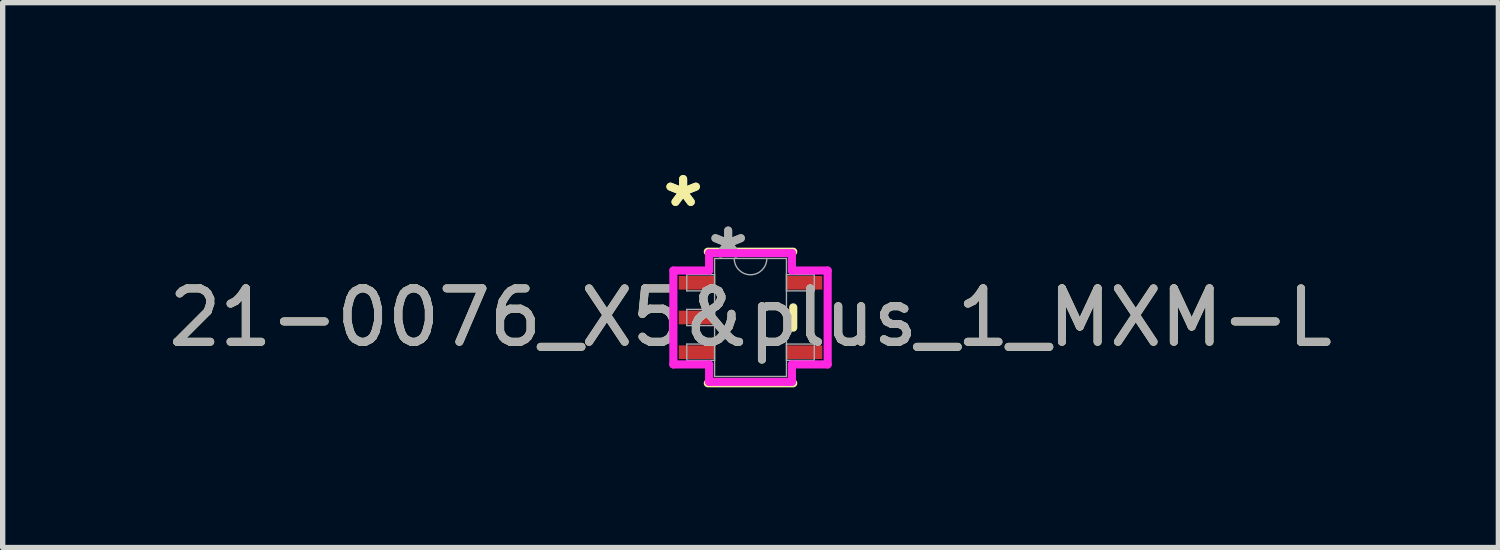
<source format=kicad_pcb>
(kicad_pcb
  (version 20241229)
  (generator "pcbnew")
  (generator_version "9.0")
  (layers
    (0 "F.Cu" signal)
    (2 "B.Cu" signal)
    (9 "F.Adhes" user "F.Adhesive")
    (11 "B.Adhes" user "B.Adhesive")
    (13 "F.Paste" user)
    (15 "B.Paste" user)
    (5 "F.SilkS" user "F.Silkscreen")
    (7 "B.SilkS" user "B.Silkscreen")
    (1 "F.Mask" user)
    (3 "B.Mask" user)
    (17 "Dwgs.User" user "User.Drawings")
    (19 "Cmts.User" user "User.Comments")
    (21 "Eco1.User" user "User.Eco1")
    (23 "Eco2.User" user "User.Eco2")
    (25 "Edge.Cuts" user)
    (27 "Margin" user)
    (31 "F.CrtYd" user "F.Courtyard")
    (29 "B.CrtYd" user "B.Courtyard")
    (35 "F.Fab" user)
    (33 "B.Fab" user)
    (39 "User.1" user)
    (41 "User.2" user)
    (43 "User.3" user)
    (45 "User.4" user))
  (footprint "21-0076_X5&plus_1_MXM-L"
    (layer "F.Cu")
    (at 11.006 2.896)
    (property "Reference" "21-0076_X5&plus_1_MXM-L" (at 0 0 0) (unlocked yes) (layer "F.SilkS") (effects (font (size 1 1) (thickness 0.15))))
    (attr smd)
    (fp_line (start -0.8 1.232) (end 0.8 1.232) (stroke (width 0.152) (type solid)) (layer "F.SilkS"))
    (fp_line (start 0.8 -1.232) (end -0.8 -1.232) (stroke (width 0.152) (type solid)) (layer "F.SilkS"))
    (fp_line (start 0.8 0.19) (end 0.8 -0.19) (stroke (width 0.152) (type solid)) (layer "F.SilkS"))
    (fp_line (start -1.445 -0.879) (end -0.775 -0.879) (stroke (width 0.152) (type solid)) (layer "F.CrtYd"))
    (fp_line (start -1.445 0.879) (end -1.445 -0.879) (stroke (width 0.152) (type solid)) (layer "F.CrtYd"))
    (fp_line (start -0.775 -1.206) (end 0.775 -1.206) (stroke (width 0.152) (type solid)) (layer "F.CrtYd"))
    (fp_line (start -0.775 -0.879) (end -0.775 -1.206) (stroke (width 0.152) (type solid)) (layer "F.CrtYd"))
    (fp_line (start -0.775 0.879) (end -1.445 0.879) (stroke (width 0.152) (type solid)) (layer "F.CrtYd"))
    (fp_line (start -0.775 1.206) (end -0.775 0.879) (stroke (width 0.152) (type solid)) (layer "F.CrtYd"))
    (fp_line (start 0.775 -1.206) (end 0.775 -0.879) (stroke (width 0.152) (type solid)) (layer "F.CrtYd"))
    (fp_line (start 0.775 -0.879) (end 1.445 -0.879) (stroke (width 0.152) (type solid)) (layer "F.CrtYd"))
    (fp_line (start 0.775 0.879) (end 0.775 1.206) (stroke (width 0.152) (type solid)) (layer "F.CrtYd"))
    (fp_line (start 0.775 1.206) (end -0.775 1.206) (stroke (width 0.152) (type solid)) (layer "F.CrtYd"))
    (fp_line (start 1.445 -0.879) (end 1.445 0.879) (stroke (width 0.152) (type solid)) (layer "F.CrtYd"))
    (fp_line (start 1.445 0.879) (end 0.775 0.879) (stroke (width 0.152) (type solid)) (layer "F.CrtYd"))
    (fp_line (start -1.194 -0.802) (end -1.194 -0.498) (stroke (width 0.025) (type solid)) (layer "F.Fab"))
    (fp_line (start -1.194 -0.498) (end -0.673 -0.498) (stroke (width 0.025) (type solid)) (layer "F.Fab"))
    (fp_line (start -1.194 -0.152) (end -1.194 0.152) (stroke (width 0.025) (type solid)) (layer "F.Fab"))
    (fp_line (start -1.194 0.152) (end -0.673 0.152) (stroke (width 0.025) (type solid)) (layer "F.Fab"))
    (fp_line (start -1.194 0.498) (end -1.194 0.802) (stroke (width 0.025) (type solid)) (layer "F.Fab"))
    (fp_line (start -1.194 0.802) (end -0.673 0.802) (stroke (width 0.025) (type solid)) (layer "F.Fab"))
    (fp_line (start -0.673 -1.105) (end -0.673 1.105) (stroke (width 0.025) (type solid)) (layer "F.Fab"))
    (fp_line (start -0.673 -0.802) (end -1.194 -0.802) (stroke (width 0.025) (type solid)) (layer "F.Fab"))
    (fp_line (start -0.673 -0.498) (end -0.673 -0.802) (stroke (width 0.025) (type solid)) (layer "F.Fab"))
    (fp_line (start -0.673 -0.152) (end -1.194 -0.152) (stroke (width 0.025) (type solid)) (layer "F.Fab"))
    (fp_line (start -0.673 0.152) (end -0.673 -0.152) (stroke (width 0.025) (type solid)) (layer "F.Fab"))
    (fp_line (start -0.673 0.498) (end -1.194 0.498) (stroke (width 0.025) (type solid)) (layer "F.Fab"))
    (fp_line (start -0.673 0.802) (end -0.673 0.498) (stroke (width 0.025) (type solid)) (layer "F.Fab"))
    (fp_line (start -0.673 1.105) (end 0.673 1.105) (stroke (width 0.025) (type solid)) (layer "F.Fab"))
    (fp_line (start 0.673 -1.105) (end -0.673 -1.105) (stroke (width 0.025) (type solid)) (layer "F.Fab"))
    (fp_line (start 0.673 -0.802) (end 0.673 -0.498) (stroke (width 0.025) (type solid)) (layer "F.Fab"))
    (fp_line (start 0.673 -0.498) (end 1.194 -0.498) (stroke (width 0.025) (type solid)) (layer "F.Fab"))
    (fp_line (start 0.673 0.498) (end 0.673 0.802) (stroke (width 0.025) (type solid)) (layer "F.Fab"))
    (fp_line (start 0.673 0.802) (end 1.194 0.802) (stroke (width 0.025) (type solid)) (layer "F.Fab"))
    (fp_line (start 0.673 1.105) (end 0.673 -1.105) (stroke (width 0.025) (type solid)) (layer "F.Fab"))
    (fp_line (start 1.194 -0.802) (end 0.673 -0.802) (stroke (width 0.025) (type solid)) (layer "F.Fab"))
    (fp_line (start 1.194 -0.498) (end 1.194 -0.802) (stroke (width 0.025) (type solid)) (layer "F.Fab"))
    (fp_line (start 1.194 0.498) (end 0.673 0.498) (stroke (width 0.025) (type solid)) (layer "F.Fab"))
    (fp_line (start 1.194 0.802) (end 1.194 0.498) (stroke (width 0.025) (type solid)) (layer "F.Fab"))
    (fp_arc (start 0.3048 -1.1049) (mid 0 -0.8001) (end -0.3048 -1.1049) (stroke (width 0.0254) (type solid)) (layer "F.Fab"))
    (fp_text user "*" (at -1.262 -2.048 0) (unlocked yes) (layer "F.SilkS") (effects (font (size 1 1) (thickness 0.15))))
    (fp_text user "*" (at -1.262 -2.048 0) (layer "F.SilkS") (effects (font (size 1 1) (thickness 0.15))))
    (fp_text user "*" (at -0.419 -1.083 0) (unlocked yes) (layer "F.Fab") (effects (font (size 1 1) (thickness 0.15))))
    (fp_text user "${REFERENCE}" (at 0 0 0) (unlocked yes) (layer "F.Fab") (effects (font (size 1 1) (thickness 0.15))))
    (fp_text user "*" (at -0.419 -1.083 0) (layer "F.Fab") (effects (font (size 1 1) (thickness 0.15))))
    (pad "1" smd rect (at -1.008 -0.65) (size 0.671 0.255) (layers "F.Cu" "F.Mask" "F.Paste"))
    (pad "2" smd rect (at -1.008 0) (size 0.671 0.255) (layers "F.Cu" "F.Mask" "F.Paste"))
    (pad "3" smd rect (at -1.008 0.65) (size 0.671 0.255) (layers "F.Cu" "F.Mask" "F.Paste"))
    (pad "4" smd rect (at 1.008 0.65) (size 0.671 0.255) (layers "F.Cu" "F.Mask" "F.Paste"))
    (pad "5" smd rect (at 1.008 -0.65) (size 0.671 0.255) (layers "F.Cu" "F.Mask" "F.Paste")))
  (gr_rect
    (start -3 -3)
    (end 25.012 7.204)
    (stroke (width 0.1) (type default))
    (fill no)
    (layer "Edge.Cuts")))
</source>
